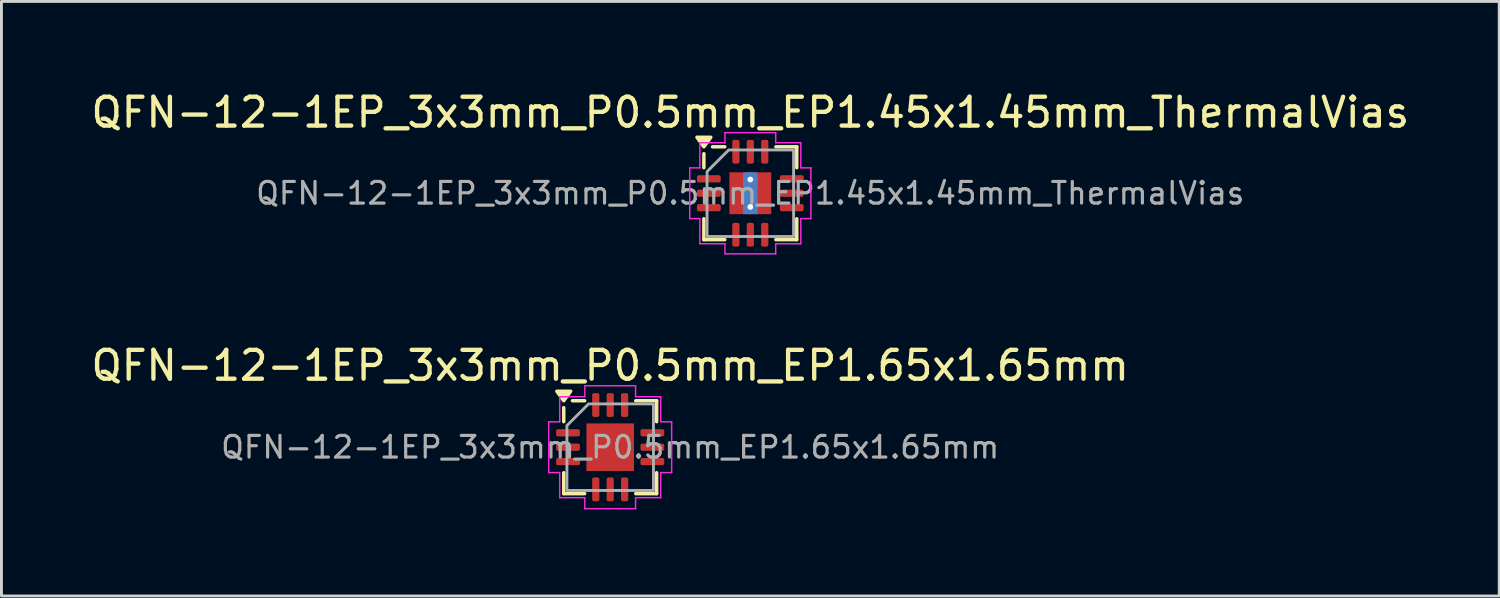
<source format=kicad_pcb>
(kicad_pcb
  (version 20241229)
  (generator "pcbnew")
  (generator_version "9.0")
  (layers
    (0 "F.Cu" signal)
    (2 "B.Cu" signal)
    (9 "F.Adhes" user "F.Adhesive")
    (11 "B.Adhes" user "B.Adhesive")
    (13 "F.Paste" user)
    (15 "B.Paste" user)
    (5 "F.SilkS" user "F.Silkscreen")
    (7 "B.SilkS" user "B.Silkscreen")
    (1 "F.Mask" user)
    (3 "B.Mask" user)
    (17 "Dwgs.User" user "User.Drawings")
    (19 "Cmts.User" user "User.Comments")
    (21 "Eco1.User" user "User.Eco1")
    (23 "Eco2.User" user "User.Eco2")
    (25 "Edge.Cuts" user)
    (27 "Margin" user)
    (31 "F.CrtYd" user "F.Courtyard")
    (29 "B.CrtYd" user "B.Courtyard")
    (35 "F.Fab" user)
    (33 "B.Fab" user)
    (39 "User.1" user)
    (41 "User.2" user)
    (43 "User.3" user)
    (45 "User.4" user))
  (footprint "QFN-12-1EP_3x3mm_P0.5mm_EP1.65x1.65mm"
    (layer "F.Cu")
    (at 18.101 12.451)
    (property "Reference" "QFN-12-1EP_3x3mm_P0.5mm_EP1.65x1.65mm" (at 0 -2.83 0) (layer "F.SilkS") (effects (font (size 1 1) (thickness 0.15))))
    (attr smd)
    (fp_line (start -1.61 -0.885) (end -1.61 -1.37) (stroke (width 0.12) (type solid)) (layer "F.SilkS"))
    (fp_line (start -1.61 1.61) (end -1.61 0.885) (stroke (width 0.12) (type solid)) (layer "F.SilkS"))
    (fp_line (start -0.885 -1.61) (end -1.31 -1.61) (stroke (width 0.12) (type solid)) (layer "F.SilkS"))
    (fp_line (start -0.885 1.61) (end -1.61 1.61) (stroke (width 0.12) (type solid)) (layer "F.SilkS"))
    (fp_line (start 0.885 -1.61) (end 1.61 -1.61) (stroke (width 0.12) (type solid)) (layer "F.SilkS"))
    (fp_line (start 0.885 1.61) (end 1.61 1.61) (stroke (width 0.12) (type solid)) (layer "F.SilkS"))
    (fp_line (start 1.61 -1.61) (end 1.61 -0.885) (stroke (width 0.12) (type solid)) (layer "F.SilkS"))
    (fp_line (start 1.61 1.61) (end 1.61 0.885) (stroke (width 0.12) (type solid)) (layer "F.SilkS"))
    (fp_poly (pts (xy -1.61 -1.61) (xy -1.85 -1.94) (xy -1.37 -1.94)) (stroke (width 0.12) (type solid)) (fill yes) (layer "F.SilkS"))
    (fp_line (start -2.13 -0.88) (end -1.75 -0.88) (stroke (width 0.05) (type solid)) (layer "F.CrtYd"))
    (fp_line (start -2.13 0.88) (end -2.13 -0.88) (stroke (width 0.05) (type solid)) (layer "F.CrtYd"))
    (fp_line (start -1.75 -1.75) (end -0.88 -1.75) (stroke (width 0.05) (type solid)) (layer "F.CrtYd"))
    (fp_line (start -1.75 -0.88) (end -1.75 -1.75) (stroke (width 0.05) (type solid)) (layer "F.CrtYd"))
    (fp_line (start -1.75 0.88) (end -2.13 0.88) (stroke (width 0.05) (type solid)) (layer "F.CrtYd"))
    (fp_line (start -1.75 1.75) (end -1.75 0.88) (stroke (width 0.05) (type solid)) (layer "F.CrtYd"))
    (fp_line (start -0.88 -2.13) (end 0.88 -2.13) (stroke (width 0.05) (type solid)) (layer "F.CrtYd"))
    (fp_line (start -0.88 -1.75) (end -0.88 -2.13) (stroke (width 0.05) (type solid)) (layer "F.CrtYd"))
    (fp_line (start -0.88 1.75) (end -1.75 1.75) (stroke (width 0.05) (type solid)) (layer "F.CrtYd"))
    (fp_line (start -0.88 2.13) (end -0.88 1.75) (stroke (width 0.05) (type solid)) (layer "F.CrtYd"))
    (fp_line (start 0.88 -2.13) (end 0.88 -1.75) (stroke (width 0.05) (type solid)) (layer "F.CrtYd"))
    (fp_line (start 0.88 -1.75) (end 1.75 -1.75) (stroke (width 0.05) (type solid)) (layer "F.CrtYd"))
    (fp_line (start 0.88 1.75) (end 0.88 2.13) (stroke (width 0.05) (type solid)) (layer "F.CrtYd"))
    (fp_line (start 0.88 2.13) (end -0.88 2.13) (stroke (width 0.05) (type solid)) (layer "F.CrtYd"))
    (fp_line (start 1.75 -1.75) (end 1.75 -0.88) (stroke (width 0.05) (type solid)) (layer "F.CrtYd"))
    (fp_line (start 1.75 -0.88) (end 2.13 -0.88) (stroke (width 0.05) (type solid)) (layer "F.CrtYd"))
    (fp_line (start 1.75 0.88) (end 1.75 1.75) (stroke (width 0.05) (type solid)) (layer "F.CrtYd"))
    (fp_line (start 1.75 1.75) (end 0.88 1.75) (stroke (width 0.05) (type solid)) (layer "F.CrtYd"))
    (fp_line (start 2.13 -0.88) (end 2.13 0.88) (stroke (width 0.05) (type solid)) (layer "F.CrtYd"))
    (fp_line (start 2.13 0.88) (end 1.75 0.88) (stroke (width 0.05) (type solid)) (layer "F.CrtYd"))
    (fp_poly (pts (xy -1.5 -0.75) (xy -1.5 1.5) (xy 1.5 1.5) (xy 1.5 -1.5) (xy -0.75 -1.5)) (stroke (width 0.1) (type solid)) (fill no) (layer "F.Fab"))
    (fp_text user "${REFERENCE}" (at 0 0 0) (layer "F.Fab") (effects (font (size 0.75 0.75) (thickness 0.11))))
    (pad "" smd roundrect (at -0.41 -0.41) (size 0.67 0.67) (layers "F.Paste") (roundrect_rratio 0.25))
    (pad "" smd roundrect (at -0.41 0.41) (size 0.67 0.67) (layers "F.Paste") (roundrect_rratio 0.25))
    (pad "" smd roundrect (at 0.41 -0.41) (size 0.67 0.67) (layers "F.Paste") (roundrect_rratio 0.25))
    (pad "" smd roundrect (at 0.41 0.41) (size 0.67 0.67) (layers "F.Paste") (roundrect_rratio 0.25))
    (pad "1" smd roundrect (at -1.462 -0.5) (size 0.825 0.25) (layers "F.Cu" "F.Mask" "F.Paste") (roundrect_rratio 0.25))
    (pad "2" smd roundrect (at -1.462 0) (size 0.825 0.25) (layers "F.Cu" "F.Mask" "F.Paste") (roundrect_rratio 0.25))
    (pad "3" smd roundrect (at -1.462 0.5) (size 0.825 0.25) (layers "F.Cu" "F.Mask" "F.Paste") (roundrect_rratio 0.25))
    (pad "4" smd roundrect (at -0.5 1.462) (size 0.25 0.825) (layers "F.Cu" "F.Mask" "F.Paste") (roundrect_rratio 0.25))
    (pad "5" smd roundrect (at 0 1.462) (size 0.25 0.825) (layers "F.Cu" "F.Mask" "F.Paste") (roundrect_rratio 0.25))
    (pad "6" smd roundrect (at 0.5 1.462) (size 0.25 0.825) (layers "F.Cu" "F.Mask" "F.Paste") (roundrect_rratio 0.25))
    (pad "7" smd roundrect (at 1.462 0.5) (size 0.825 0.25) (layers "F.Cu" "F.Mask" "F.Paste") (roundrect_rratio 0.25))
    (pad "8" smd roundrect (at 1.462 0) (size 0.825 0.25) (layers "F.Cu" "F.Mask" "F.Paste") (roundrect_rratio 0.25))
    (pad "9" smd roundrect (at 1.462 -0.5) (size 0.825 0.25) (layers "F.Cu" "F.Mask" "F.Paste") (roundrect_rratio 0.25))
    (pad "10" smd roundrect (at 0.5 -1.462) (size 0.25 0.825) (layers "F.Cu" "F.Mask" "F.Paste") (roundrect_rratio 0.25))
    (pad "11" smd roundrect (at 0 -1.462) (size 0.25 0.825) (layers "F.Cu" "F.Mask" "F.Paste") (roundrect_rratio 0.25))
    (pad "12" smd roundrect (at -0.5 -1.462) (size 0.25 0.825) (layers "F.Cu" "F.Mask" "F.Paste") (roundrect_rratio 0.25))
    (pad "13" smd rect (at 0 0) (size 1.65 1.65) (property pad_prop_heatsink) (layers "F.Cu" "F.Mask")))
  (footprint "QFN-12-1EP_3x3mm_P0.5mm_EP1.45x1.45mm_ThermalVias"
    (layer "F.Cu")
    (at 22.958 3.648)
    (property "Reference" "QFN-12-1EP_3x3mm_P0.5mm_EP1.45x1.45mm_ThermalVias" (at 0 -2.8 0) (layer "F.SilkS") (effects (font (size 1 1) (thickness 0.15))))
    (attr smd)
    (fp_line (start -1.61 -0.885) (end -1.61 -1.37) (stroke (width 0.12) (type solid)) (layer "F.SilkS"))
    (fp_line (start -1.61 1.61) (end -1.61 0.885) (stroke (width 0.12) (type solid)) (layer "F.SilkS"))
    (fp_line (start -0.885 -1.61) (end -1.31 -1.61) (stroke (width 0.12) (type solid)) (layer "F.SilkS"))
    (fp_line (start -0.885 1.61) (end -1.61 1.61) (stroke (width 0.12) (type solid)) (layer "F.SilkS"))
    (fp_line (start 0.885 -1.61) (end 1.61 -1.61) (stroke (width 0.12) (type solid)) (layer "F.SilkS"))
    (fp_line (start 0.885 1.61) (end 1.61 1.61) (stroke (width 0.12) (type solid)) (layer "F.SilkS"))
    (fp_line (start 1.61 -1.61) (end 1.61 -0.885) (stroke (width 0.12) (type solid)) (layer "F.SilkS"))
    (fp_line (start 1.61 1.61) (end 1.61 0.885) (stroke (width 0.12) (type solid)) (layer "F.SilkS"))
    (fp_poly (pts (xy -1.61 -1.61) (xy -1.85 -1.94) (xy -1.37 -1.94)) (stroke (width 0.12) (type solid)) (fill yes) (layer "F.SilkS"))
    (fp_line (start -2.1 -0.88) (end -1.75 -0.88) (stroke (width 0.05) (type solid)) (layer "F.CrtYd"))
    (fp_line (start -2.1 0.88) (end -2.1 -0.88) (stroke (width 0.05) (type solid)) (layer "F.CrtYd"))
    (fp_line (start -1.75 -1.75) (end -0.88 -1.75) (stroke (width 0.05) (type solid)) (layer "F.CrtYd"))
    (fp_line (start -1.75 -0.88) (end -1.75 -1.75) (stroke (width 0.05) (type solid)) (layer "F.CrtYd"))
    (fp_line (start -1.75 0.88) (end -2.1 0.88) (stroke (width 0.05) (type solid)) (layer "F.CrtYd"))
    (fp_line (start -1.75 1.75) (end -1.75 0.88) (stroke (width 0.05) (type solid)) (layer "F.CrtYd"))
    (fp_line (start -0.88 -2.1) (end 0.88 -2.1) (stroke (width 0.05) (type solid)) (layer "F.CrtYd"))
    (fp_line (start -0.88 -1.75) (end -0.88 -2.1) (stroke (width 0.05) (type solid)) (layer "F.CrtYd"))
    (fp_line (start -0.88 1.75) (end -1.75 1.75) (stroke (width 0.05) (type solid)) (layer "F.CrtYd"))
    (fp_line (start -0.88 2.1) (end -0.88 1.75) (stroke (width 0.05) (type solid)) (layer "F.CrtYd"))
    (fp_line (start 0.88 -2.1) (end 0.88 -1.75) (stroke (width 0.05) (type solid)) (layer "F.CrtYd"))
    (fp_line (start 0.88 -1.75) (end 1.75 -1.75) (stroke (width 0.05) (type solid)) (layer "F.CrtYd"))
    (fp_line (start 0.88 1.75) (end 0.88 2.1) (stroke (width 0.05) (type solid)) (layer "F.CrtYd"))
    (fp_line (start 0.88 2.1) (end -0.88 2.1) (stroke (width 0.05) (type solid)) (layer "F.CrtYd"))
    (fp_line (start 1.75 -1.75) (end 1.75 -0.88) (stroke (width 0.05) (type solid)) (layer "F.CrtYd"))
    (fp_line (start 1.75 -0.88) (end 2.1 -0.88) (stroke (width 0.05) (type solid)) (layer "F.CrtYd"))
    (fp_line (start 1.75 0.88) (end 1.75 1.75) (stroke (width 0.05) (type solid)) (layer "F.CrtYd"))
    (fp_line (start 1.75 1.75) (end 0.88 1.75) (stroke (width 0.05) (type solid)) (layer "F.CrtYd"))
    (fp_line (start 2.1 -0.88) (end 2.1 0.88) (stroke (width 0.05) (type solid)) (layer "F.CrtYd"))
    (fp_line (start 2.1 0.88) (end 1.75 0.88) (stroke (width 0.05) (type solid)) (layer "F.CrtYd"))
    (fp_poly (pts (xy -1.5 -0.75) (xy -1.5 1.5) (xy 1.5 1.5) (xy 1.5 -1.5) (xy -0.75 -1.5)) (stroke (width 0.1) (type solid)) (fill no) (layer "F.Fab"))
    (fp_text user "${REFERENCE}" (at 0 0 0) (layer "F.Fab") (effects (font (size 0.75 0.75) (thickness 0.11))))
    (pad "" smd roundrect (at 0 -0.36) (size 1.17 0.58) (layers "F.Paste") (roundrect_rratio 0.25))
    (pad "" smd roundrect (at 0 0.36) (size 1.17 0.58) (layers "F.Paste") (roundrect_rratio 0.25))
    (pad "1" smd roundrect (at -1.438 -0.5) (size 0.825 0.25) (layers "F.Cu" "F.Mask" "F.Paste") (roundrect_rratio 0.25))
    (pad "2" smd roundrect (at -1.438 0) (size 0.825 0.25) (layers "F.Cu" "F.Mask" "F.Paste") (roundrect_rratio 0.25))
    (pad "3" smd roundrect (at -1.438 0.5) (size 0.825 0.25) (layers "F.Cu" "F.Mask" "F.Paste") (roundrect_rratio 0.25))
    (pad "4" smd roundrect (at -0.5 1.438) (size 0.25 0.825) (layers "F.Cu" "F.Mask" "F.Paste") (roundrect_rratio 0.25))
    (pad "5" smd roundrect (at 0 1.438) (size 0.25 0.825) (layers "F.Cu" "F.Mask" "F.Paste") (roundrect_rratio 0.25))
    (pad "6" smd roundrect (at 0.5 1.438) (size 0.25 0.825) (layers "F.Cu" "F.Mask" "F.Paste") (roundrect_rratio 0.25))
    (pad "7" smd roundrect (at 1.438 0.5) (size 0.825 0.25) (layers "F.Cu" "F.Mask" "F.Paste") (roundrect_rratio 0.25))
    (pad "8" smd roundrect (at 1.438 0) (size 0.825 0.25) (layers "F.Cu" "F.Mask" "F.Paste") (roundrect_rratio 0.25))
    (pad "9" smd roundrect (at 1.438 -0.5) (size 0.825 0.25) (layers "F.Cu" "F.Mask" "F.Paste") (roundrect_rratio 0.25))
    (pad "10" smd roundrect (at 0.5 -1.438) (size 0.25 0.825) (layers "F.Cu" "F.Mask" "F.Paste") (roundrect_rratio 0.25))
    (pad "11" smd roundrect (at 0 -1.438) (size 0.25 0.825) (layers "F.Cu" "F.Mask" "F.Paste") (roundrect_rratio 0.25))
    (pad "12" smd roundrect (at -0.5 -1.438) (size 0.25 0.825) (layers "F.Cu" "F.Mask" "F.Paste") (roundrect_rratio 0.25))
    (pad "13" thru_hole circle (at 0 -0.475) (size 0.5 0.5) (drill 0.2) (property pad_prop_heatsink) (layers "*.Cu"))
    (pad "13" smd rect (at 0 0) (size 0.5 1.45) (property pad_prop_heatsink) (layers "B.Cu"))
    (pad "13" smd rect (at 0 0) (size 1.45 1.45) (property pad_prop_heatsink) (layers "F.Cu" "F.Mask"))
    (pad "13" thru_hole circle (at 0 0.475) (size 0.5 0.5) (drill 0.2) (property pad_prop_heatsink) (layers "*.Cu")))
  (gr_rect
    (start -3 -3)
    (end 48.917 17.607)
    (stroke (width 0.1) (type default))
    (fill no)
    (layer "Edge.Cuts")))
</source>
